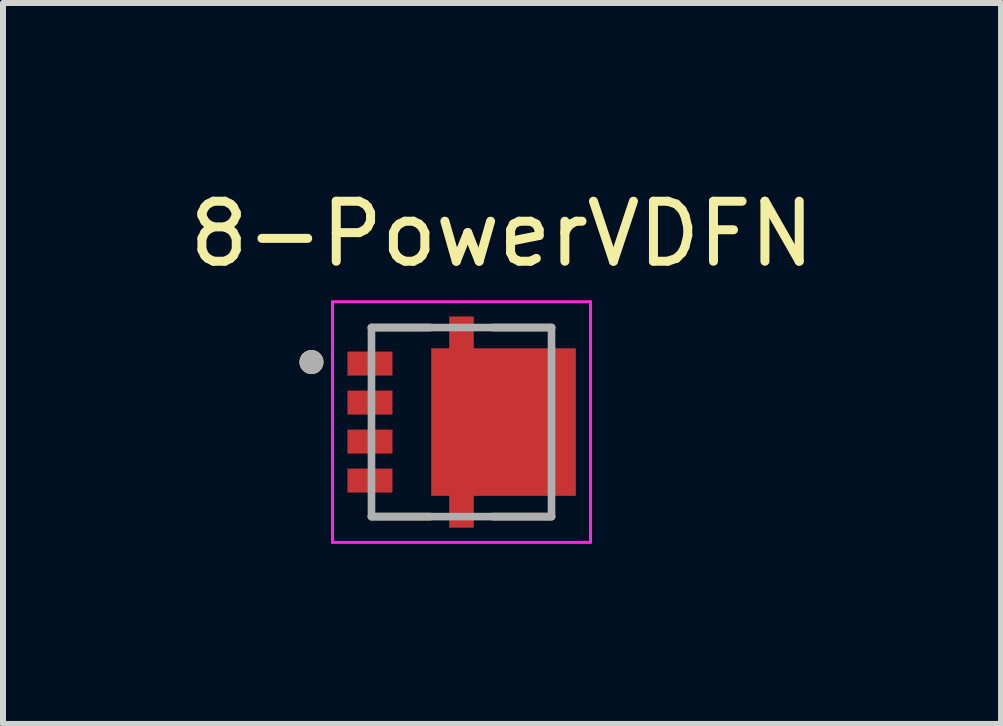
<source format=kicad_pcb>
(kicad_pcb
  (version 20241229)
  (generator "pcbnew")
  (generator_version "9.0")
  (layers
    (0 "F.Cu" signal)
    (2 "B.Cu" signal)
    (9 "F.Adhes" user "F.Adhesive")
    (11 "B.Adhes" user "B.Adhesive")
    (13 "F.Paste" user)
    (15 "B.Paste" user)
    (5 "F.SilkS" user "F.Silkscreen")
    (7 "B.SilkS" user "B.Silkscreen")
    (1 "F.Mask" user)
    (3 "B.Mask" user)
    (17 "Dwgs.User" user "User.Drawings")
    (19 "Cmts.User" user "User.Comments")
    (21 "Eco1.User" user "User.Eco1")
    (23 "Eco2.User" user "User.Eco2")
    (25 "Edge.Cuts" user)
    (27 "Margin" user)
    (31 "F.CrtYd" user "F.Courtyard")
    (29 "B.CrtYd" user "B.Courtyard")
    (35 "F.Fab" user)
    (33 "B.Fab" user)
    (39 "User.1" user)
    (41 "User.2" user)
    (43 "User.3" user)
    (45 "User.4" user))
  (footprint "8-PowerVDFN"
    (layer "F.Cu")
    (at 4.64 3.983)
    (property "Reference" "8-PowerVDFN" (at 0.675 -3.135 0) (layer "F.SilkS") (effects (font (size 1 1) (thickness 0.15))))
    (attr smd)
    (fp_poly (pts (xy -0.6 -1.325) (xy -0.6 1.325) (xy -0.3 1.325) (xy -0.3 1.855) (xy 0.3 1.855) (xy 0.3 1.325) (xy 2 1.325) (xy 2 -1.325) (xy 0.3 -1.325) (xy 0.3 -1.855) (xy -0.3 -1.855) (xy -0.3 -1.325)) (stroke (width 0.01) (type solid)) (fill yes) (layer "F.Mask"))
    (fp_line (start -0.52 -1.575) (end -1.5 -1.575) (stroke (width 0.127) (type solid)) (layer "F.SilkS"))
    (fp_line (start -0.52 1.575) (end -1.5 1.575) (stroke (width 0.127) (type solid)) (layer "F.SilkS"))
    (fp_line (start 1.5 -1.575) (end 0.52 -1.575) (stroke (width 0.127) (type solid)) (layer "F.SilkS"))
    (fp_line (start 1.5 1.575) (end 0.52 1.575) (stroke (width 0.127) (type solid)) (layer "F.SilkS"))
    (fp_circle (center -2.5 -1) (end -2.4 -1) (stroke (width 0.2) (type solid)) (fill no) (layer "F.SilkS"))
    (fp_poly (pts (xy -0.2 -1.755) (xy 0.2 -1.755) (xy 0.2 -1.23) (xy -0.2 -1.23)) (stroke (width 0.01) (type solid)) (fill yes) (layer "F.Paste"))
    (fp_poly (pts (xy -0.2 1.23) (xy 0.2 1.23) (xy 0.2 1.755) (xy -0.2 1.755)) (stroke (width 0.01) (type solid)) (fill yes) (layer "F.Paste"))
    (fp_poly (pts (xy -0.06 -0.775) (xy 1.46 -0.775) (xy 1.46 0.775) (xy -0.06 0.775)) (stroke (width 0.01) (type solid)) (fill yes) (layer "F.Paste"))
    (fp_line (start -2.15 -2.005) (end 2.15 -2.005) (stroke (width 0.05) (type solid)) (layer "F.CrtYd"))
    (fp_line (start -2.15 2.005) (end -2.15 -2.005) (stroke (width 0.05) (type solid)) (layer "F.CrtYd"))
    (fp_line (start 2.15 -2.005) (end 2.15 2.005) (stroke (width 0.05) (type solid)) (layer "F.CrtYd"))
    (fp_line (start 2.15 2.005) (end -2.15 2.005) (stroke (width 0.05) (type solid)) (layer "F.CrtYd"))
    (fp_line (start -1.5 -1.575) (end 1.5 -1.575) (stroke (width 0.127) (type solid)) (layer "F.Fab"))
    (fp_line (start -1.5 1.575) (end -1.5 -1.575) (stroke (width 0.127) (type solid)) (layer "F.Fab"))
    (fp_line (start 1.5 -1.575) (end 1.5 1.575) (stroke (width 0.127) (type solid)) (layer "F.Fab"))
    (fp_line (start 1.5 1.575) (end -1.5 1.575) (stroke (width 0.127) (type solid)) (layer "F.Fab"))
    (fp_circle (center -2.5 -1) (end -2.4 -1) (stroke (width 0.2) (type solid)) (fill no) (layer "F.Fab"))
    (pad "1" smd rect (at -1.525 -0.975) (size 0.75 0.4) (layers "F.Cu" "F.Mask" "F.Paste"))
    (pad "2" smd rect (at -1.525 -0.325) (size 0.75 0.4) (layers "F.Cu" "F.Mask" "F.Paste"))
    (pad "3" smd rect (at -1.525 0.325) (size 0.75 0.4) (layers "F.Cu" "F.Mask" "F.Paste"))
    (pad "4" smd rect (at -1.525 0.975) (size 0.75 0.4) (layers "F.Cu" "F.Mask" "F.Paste"))
    (pad "5_8" smd custom (at 0.7 0) (size 2.4 2.45) (layers "F.Cu") (options (anchor rect)) (primitives (gr_poly (pts (xy -1.2 -1.225) (xy -1.2 1.225) (xy -0.9 1.225) (xy -0.9 1.755) (xy -0.5 1.755) (xy -0.5 1.225) (xy 1.2 1.225) (xy 1.2 -1.225) (xy -0.5 -1.225) (xy -0.5 -1.755) (xy -0.9 -1.755) (xy -0.9 -1.225)) (width 0.01) (fill yes)))))
  (gr_rect
    (start -3 -3)
    (end 13.631 9.013)
    (stroke (width 0.1) (type default))
    (fill no)
    (layer "Edge.Cuts")))
</source>
